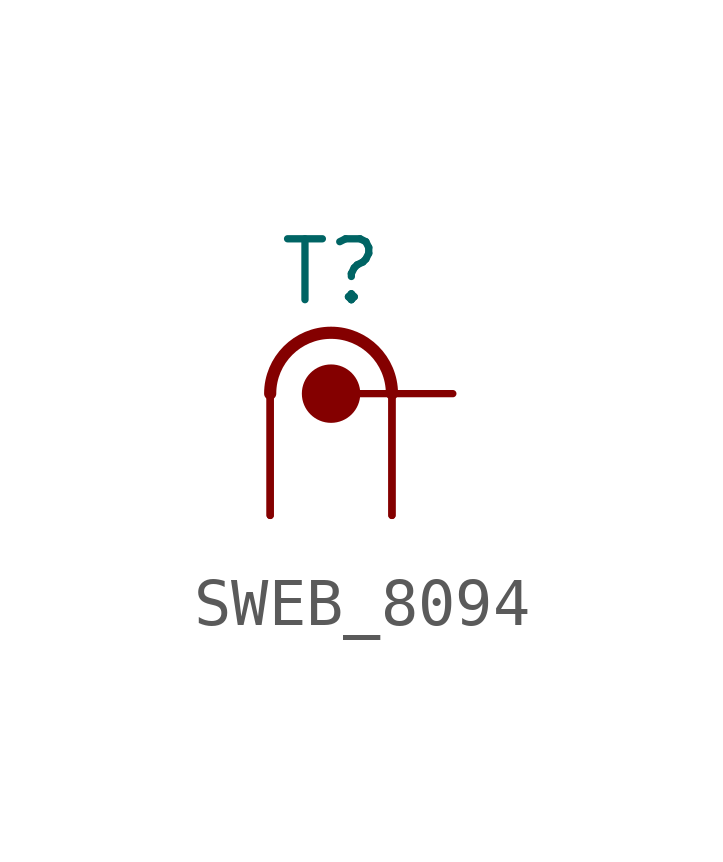
<source format=kicad_sym>
(kicad_symbol_lib
  (version 20241209)
  (generator "kicad_symbol_editor")
  (generator_version "9.0")
  (symbol "SWEB_8094"
    (pin_numbers
      (hide yes))
    (pin_names
      (offset 0.254))
    (property "Reference" "T"
      (at 0 2.54 0)
      (effects (font (size 1.27 1.27))))
    (symbol "SWEB_8094_0_1"
      (arc (start -1.27 0) (mid 0 1.27) (end 1.27 0) (stroke (width 0.254) (type default)) (fill (type none)))
      (circle (center 0 0) (radius 0.508) (stroke (width 0.203) (type default)) (fill (type outline))))
    (symbol "SWEB_8094_1_1"
      (pin passive line (at -1.27 -2.54 90) (length 2.794) (name "~" (effects (font (size 1.27 1.27)))) (number "3" (effects (font (size 1.27 1.27)))))
      (pin passive line (at -1.27 -2.54 90) (length 2.794) (name "~" (effects (font (size 1.27 1.27)))) (number "4" (effects (font (size 1.27 1.27)))))
      (pin passive line (at 1.27 -2.54 90) (length 2.794) (name "~" (effects (font (size 1.27 1.27)))) (number "2" (effects (font (size 1.27 1.27)))))
      (pin passive line (at 1.27 -2.54 90) (length 2.794) (name "~" (effects (font (size 1.27 1.27)))) (number "5" (effects (font (size 1.27 1.27)))))
      (pin passive line (at 2.54 0 180) (length 2.794) (name "~" (effects (font (size 1.27 1.27)))) (number "1" (effects (font (size 1.27 1.27))))))))
</source>
